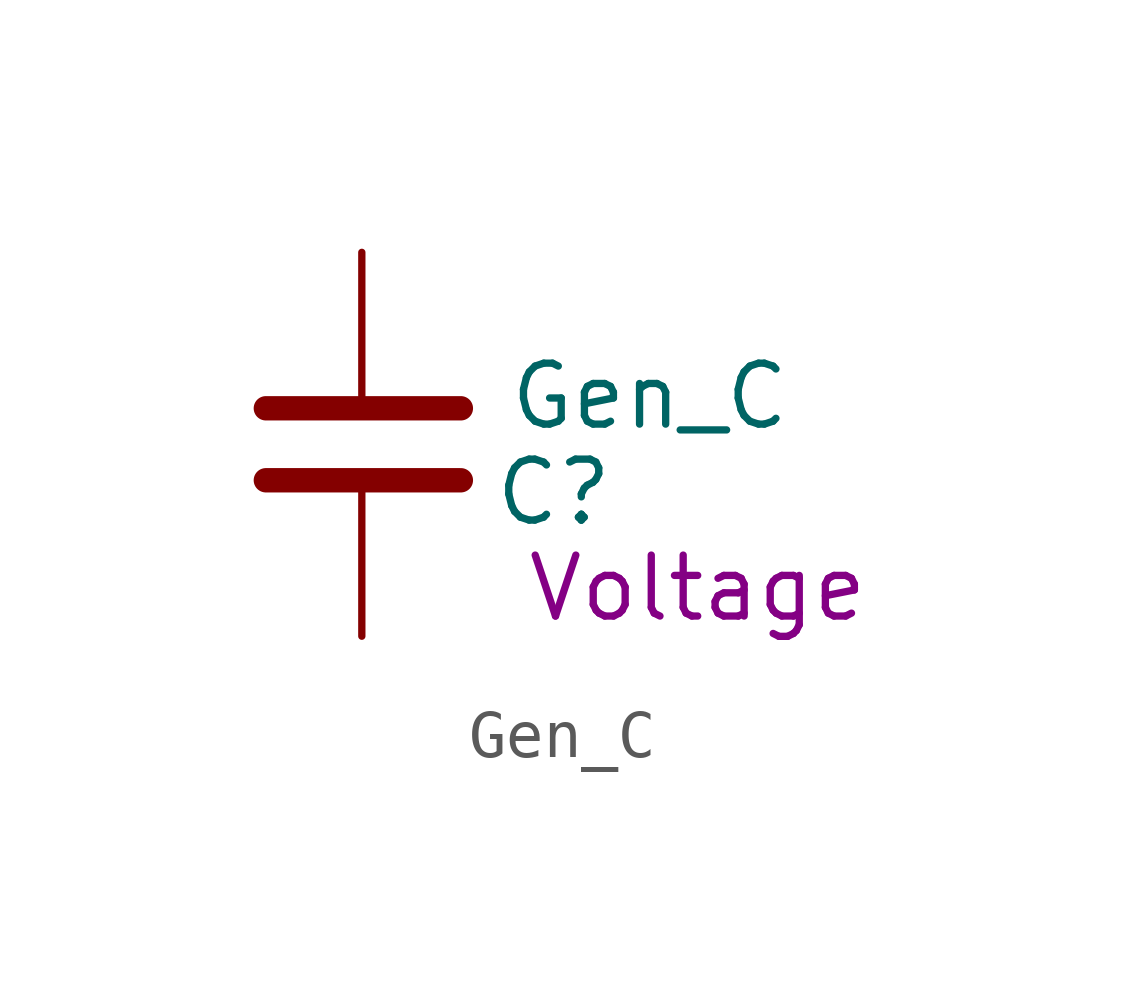
<source format=kicad_sym>
(kicad_symbol_lib
  (version 20211014)
  (generator kicad_symbol_editor)
  (symbol "Gen_C"
    (pin_numbers hide)
    (pin_names
      (offset 0) hide)
    (property "Reference" "C"
      (at 4 -7 0)
      (effects (font (size 1.27 1.27))))
    (property "Value" "Gen_C"
      (at 6 -5 0)
      (effects (font (size 1.27 1.27))))
    (property "Voltage" "Voltage"
      (at 7 -9 0)
      (effects (font (size 1.27 1.27))))
    (symbol "Gen_C_0_1"
      (polyline (pts (xy -2 -6.75) (xy 2.064 -6.75)) (stroke (width 0.508) (type default) (color 0 0 0 0)) (fill (type none)))
      (polyline (pts (xy -2 -5.25) (xy 2.064 -5.25)) (stroke (width 0.508) (type default) (color 0 0 0 0)) (fill (type none))))
    (symbol "Gen_C_1_1"
      (pin passive line (at 0 -2 270) (length 3) (name "~" (effects (font (size 1.27 1.27)))) (number "1" (effects (font (size 1.27 1.27)))))
      (pin passive line (at 0 -10 90) (length 3) (name "~" (effects (font (size 1.27 1.27)))) (number "2" (effects (font (size 1.27 1.27))))))))
</source>
